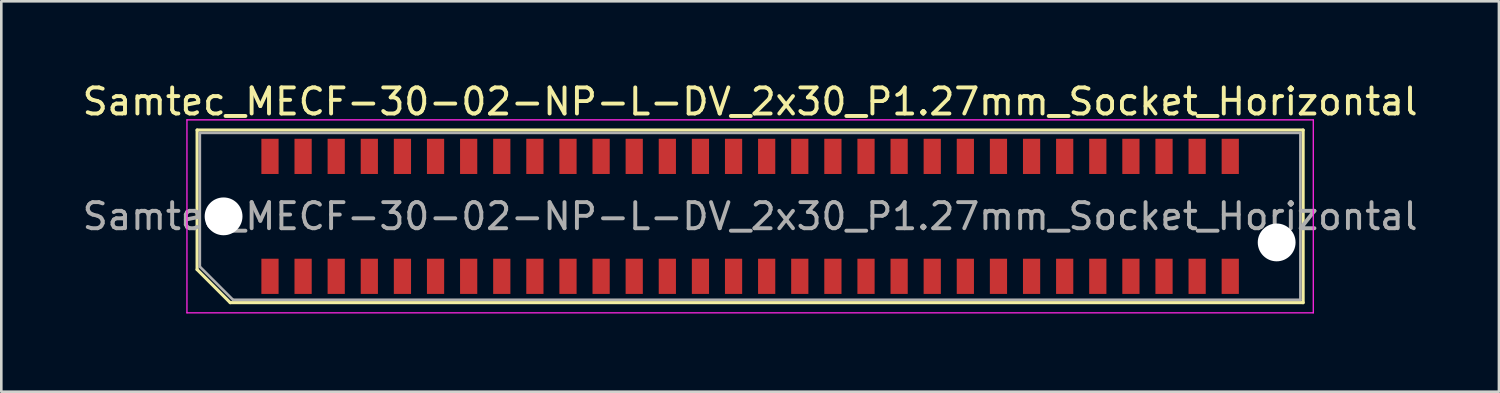
<source format=kicad_pcb>
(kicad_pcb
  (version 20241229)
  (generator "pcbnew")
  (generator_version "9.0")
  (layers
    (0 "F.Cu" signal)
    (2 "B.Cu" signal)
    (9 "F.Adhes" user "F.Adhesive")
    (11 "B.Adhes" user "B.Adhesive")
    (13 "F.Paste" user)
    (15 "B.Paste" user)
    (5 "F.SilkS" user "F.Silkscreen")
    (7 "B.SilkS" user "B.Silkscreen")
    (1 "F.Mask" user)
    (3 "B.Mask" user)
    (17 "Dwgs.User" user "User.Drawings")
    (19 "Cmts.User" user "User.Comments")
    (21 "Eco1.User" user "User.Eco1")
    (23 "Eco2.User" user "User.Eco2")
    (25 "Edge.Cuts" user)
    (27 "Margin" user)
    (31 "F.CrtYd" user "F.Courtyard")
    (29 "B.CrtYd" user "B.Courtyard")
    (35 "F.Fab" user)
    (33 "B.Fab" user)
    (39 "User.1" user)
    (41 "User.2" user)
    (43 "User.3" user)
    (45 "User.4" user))
  (footprint "Samtec_MECF-30-02-NP-L-DV_2x30_P1.27mm_Socket_Horizontal"
    (layer "F.Cu")
    (at 25.72 5.248)
    (property "Reference" "Samtec_MECF-30-02-NP-L-DV_2x30_P1.27mm_Socket_Horizontal" (at 0 -4.4 0) (layer "F.SilkS") (effects (font (size 1 1) (thickness 0.15))))
    (attr smd)
    (fp_line (start -21.21 -3.31) (end 21.21 -3.31) (stroke (width 0.12) (type solid)) (layer "F.SilkS"))
    (fp_line (start -21.21 2.04) (end -21.21 -3.31) (stroke (width 0.12) (type solid)) (layer "F.SilkS"))
    (fp_line (start -19.94 3.31) (end -21.21 2.04) (stroke (width 0.12) (type solid)) (layer "F.SilkS"))
    (fp_line (start -19.94 3.31) (end 21.21 3.31) (stroke (width 0.12) (type solid)) (layer "F.SilkS"))
    (fp_line (start 21.21 3.31) (end 21.21 -3.31) (stroke (width 0.12) (type solid)) (layer "F.SilkS"))
    (fp_line (start -21.6 -3.7) (end -21.6 3.7) (stroke (width 0.05) (type solid)) (layer "F.CrtYd"))
    (fp_line (start -21.6 3.7) (end 21.6 3.7) (stroke (width 0.05) (type solid)) (layer "F.CrtYd"))
    (fp_line (start 21.6 -3.7) (end -21.6 -3.7) (stroke (width 0.05) (type solid)) (layer "F.CrtYd"))
    (fp_line (start 21.6 3.7) (end 21.6 -3.7) (stroke (width 0.05) (type solid)) (layer "F.CrtYd"))
    (fp_line (start -21.105 -3.2) (end 21.105 -3.2) (stroke (width 0.1) (type solid)) (layer "F.Fab"))
    (fp_line (start -21.105 1.93) (end -21.105 -3.2) (stroke (width 0.1) (type solid)) (layer "F.Fab"))
    (fp_line (start -21.105 1.93) (end -19.835 3.2) (stroke (width 0.1) (type solid)) (layer "F.Fab"))
    (fp_line (start -19.835 3.2) (end 21.105 3.2) (stroke (width 0.1) (type solid)) (layer "F.Fab"))
    (fp_line (start 21.105 3.2) (end 21.105 -3.2) (stroke (width 0.1) (type solid)) (layer "F.Fab"))
    (fp_text user "${REFERENCE}" (at 0 0 0) (layer "F.Fab") (effects (font (size 1 1) (thickness 0.15))))
    (pad "" np_thru_hole circle (at -20.195 0) (size 1.45 1.45) (drill 1.45) (layers "*.Cu" "*.Mask"))
    (pad "" np_thru_hole circle (at 20.195 1) (size 1.45 1.45) (drill 1.45) (layers "*.Cu" "*.Mask"))
    (pad "1" smd rect (at -18.415 2.3) (size 0.66 1.35) (layers "F.Cu" "F.Mask" "F.Paste"))
    (pad "2" smd rect (at -18.415 -2.3) (size 0.66 1.35) (layers "F.Cu" "F.Mask" "F.Paste"))
    (pad "3" smd rect (at -17.145 2.3) (size 0.66 1.35) (layers "F.Cu" "F.Mask" "F.Paste"))
    (pad "4" smd rect (at -17.145 -2.3) (size 0.66 1.35) (layers "F.Cu" "F.Mask" "F.Paste"))
    (pad "5" smd rect (at -15.875 2.3) (size 0.66 1.35) (layers "F.Cu" "F.Mask" "F.Paste"))
    (pad "6" smd rect (at -15.875 -2.3) (size 0.66 1.35) (layers "F.Cu" "F.Mask" "F.Paste"))
    (pad "7" smd rect (at -14.605 2.3) (size 0.66 1.35) (layers "F.Cu" "F.Mask" "F.Paste"))
    (pad "8" smd rect (at -14.605 -2.3) (size 0.66 1.35) (layers "F.Cu" "F.Mask" "F.Paste"))
    (pad "9" smd rect (at -13.335 2.3) (size 0.66 1.35) (layers "F.Cu" "F.Mask" "F.Paste"))
    (pad "10" smd rect (at -13.335 -2.3) (size 0.66 1.35) (layers "F.Cu" "F.Mask" "F.Paste"))
    (pad "11" smd rect (at -12.065 2.3) (size 0.66 1.35) (layers "F.Cu" "F.Mask" "F.Paste"))
    (pad "12" smd rect (at -12.065 -2.3) (size 0.66 1.35) (layers "F.Cu" "F.Mask" "F.Paste"))
    (pad "13" smd rect (at -10.795 2.3) (size 0.66 1.35) (layers "F.Cu" "F.Mask" "F.Paste"))
    (pad "14" smd rect (at -10.795 -2.3) (size 0.66 1.35) (layers "F.Cu" "F.Mask" "F.Paste"))
    (pad "15" smd rect (at -9.525 2.3) (size 0.66 1.35) (layers "F.Cu" "F.Mask" "F.Paste"))
    (pad "16" smd rect (at -9.525 -2.3) (size 0.66 1.35) (layers "F.Cu" "F.Mask" "F.Paste"))
    (pad "17" smd rect (at -8.255 2.3) (size 0.66 1.35) (layers "F.Cu" "F.Mask" "F.Paste"))
    (pad "18" smd rect (at -8.255 -2.3) (size 0.66 1.35) (layers "F.Cu" "F.Mask" "F.Paste"))
    (pad "19" smd rect (at -6.985 2.3) (size 0.66 1.35) (layers "F.Cu" "F.Mask" "F.Paste"))
    (pad "20" smd rect (at -6.985 -2.3) (size 0.66 1.35) (layers "F.Cu" "F.Mask" "F.Paste"))
    (pad "21" smd rect (at -5.715 2.3) (size 0.66 1.35) (layers "F.Cu" "F.Mask" "F.Paste"))
    (pad "22" smd rect (at -5.715 -2.3) (size 0.66 1.35) (layers "F.Cu" "F.Mask" "F.Paste"))
    (pad "23" smd rect (at -4.445 2.3) (size 0.66 1.35) (layers "F.Cu" "F.Mask" "F.Paste"))
    (pad "24" smd rect (at -4.445 -2.3) (size 0.66 1.35) (layers "F.Cu" "F.Mask" "F.Paste"))
    (pad "25" smd rect (at -3.175 2.3) (size 0.66 1.35) (layers "F.Cu" "F.Mask" "F.Paste"))
    (pad "26" smd rect (at -3.175 -2.3) (size 0.66 1.35) (layers "F.Cu" "F.Mask" "F.Paste"))
    (pad "27" smd rect (at -1.905 2.3) (size 0.66 1.35) (layers "F.Cu" "F.Mask" "F.Paste"))
    (pad "28" smd rect (at -1.905 -2.3) (size 0.66 1.35) (layers "F.Cu" "F.Mask" "F.Paste"))
    (pad "29" smd rect (at -0.635 2.3) (size 0.66 1.35) (layers "F.Cu" "F.Mask" "F.Paste"))
    (pad "30" smd rect (at -0.635 -2.3) (size 0.66 1.35) (layers "F.Cu" "F.Mask" "F.Paste"))
    (pad "31" smd rect (at 0.635 2.3) (size 0.66 1.35) (layers "F.Cu" "F.Mask" "F.Paste"))
    (pad "32" smd rect (at 0.635 -2.3) (size 0.66 1.35) (layers "F.Cu" "F.Mask" "F.Paste"))
    (pad "33" smd rect (at 1.905 2.3) (size 0.66 1.35) (layers "F.Cu" "F.Mask" "F.Paste"))
    (pad "34" smd rect (at 1.905 -2.3) (size 0.66 1.35) (layers "F.Cu" "F.Mask" "F.Paste"))
    (pad "35" smd rect (at 3.175 2.3) (size 0.66 1.35) (layers "F.Cu" "F.Mask" "F.Paste"))
    (pad "36" smd rect (at 3.175 -2.3) (size 0.66 1.35) (layers "F.Cu" "F.Mask" "F.Paste"))
    (pad "37" smd rect (at 4.445 2.3) (size 0.66 1.35) (layers "F.Cu" "F.Mask" "F.Paste"))
    (pad "38" smd rect (at 4.445 -2.3) (size 0.66 1.35) (layers "F.Cu" "F.Mask" "F.Paste"))
    (pad "39" smd rect (at 5.715 2.3) (size 0.66 1.35) (layers "F.Cu" "F.Mask" "F.Paste"))
    (pad "40" smd rect (at 5.715 -2.3) (size 0.66 1.35) (layers "F.Cu" "F.Mask" "F.Paste"))
    (pad "41" smd rect (at 6.985 2.3) (size 0.66 1.35) (layers "F.Cu" "F.Mask" "F.Paste"))
    (pad "42" smd rect (at 6.985 -2.3) (size 0.66 1.35) (layers "F.Cu" "F.Mask" "F.Paste"))
    (pad "43" smd rect (at 8.255 2.3) (size 0.66 1.35) (layers "F.Cu" "F.Mask" "F.Paste"))
    (pad "44" smd rect (at 8.255 -2.3) (size 0.66 1.35) (layers "F.Cu" "F.Mask" "F.Paste"))
    (pad "45" smd rect (at 9.525 2.3) (size 0.66 1.35) (layers "F.Cu" "F.Mask" "F.Paste"))
    (pad "46" smd rect (at 9.525 -2.3) (size 0.66 1.35) (layers "F.Cu" "F.Mask" "F.Paste"))
    (pad "47" smd rect (at 10.795 2.3) (size 0.66 1.35) (layers "F.Cu" "F.Mask" "F.Paste"))
    (pad "48" smd rect (at 10.795 -2.3) (size 0.66 1.35) (layers "F.Cu" "F.Mask" "F.Paste"))
    (pad "49" smd rect (at 12.065 2.3) (size 0.66 1.35) (layers "F.Cu" "F.Mask" "F.Paste"))
    (pad "50" smd rect (at 12.065 -2.3) (size 0.66 1.35) (layers "F.Cu" "F.Mask" "F.Paste"))
    (pad "51" smd rect (at 13.335 2.3) (size 0.66 1.35) (layers "F.Cu" "F.Mask" "F.Paste"))
    (pad "52" smd rect (at 13.335 -2.3) (size 0.66 1.35) (layers "F.Cu" "F.Mask" "F.Paste"))
    (pad "53" smd rect (at 14.605 2.3) (size 0.66 1.35) (layers "F.Cu" "F.Mask" "F.Paste"))
    (pad "54" smd rect (at 14.605 -2.3) (size 0.66 1.35) (layers "F.Cu" "F.Mask" "F.Paste"))
    (pad "55" smd rect (at 15.875 2.3) (size 0.66 1.35) (layers "F.Cu" "F.Mask" "F.Paste"))
    (pad "56" smd rect (at 15.875 -2.3) (size 0.66 1.35) (layers "F.Cu" "F.Mask" "F.Paste"))
    (pad "57" smd rect (at 17.145 2.3) (size 0.66 1.35) (layers "F.Cu" "F.Mask" "F.Paste"))
    (pad "58" smd rect (at 17.145 -2.3) (size 0.66 1.35) (layers "F.Cu" "F.Mask" "F.Paste"))
    (pad "59" smd rect (at 18.415 2.3) (size 0.66 1.35) (layers "F.Cu" "F.Mask" "F.Paste"))
    (pad "60" smd rect (at 18.415 -2.3) (size 0.66 1.35) (layers "F.Cu" "F.Mask" "F.Paste")))
  (gr_rect
    (start -3 -3)
    (end 54.44 11.973)
    (stroke (width 0.1) (type default))
    (fill no)
    (layer "Edge.Cuts")))
</source>
